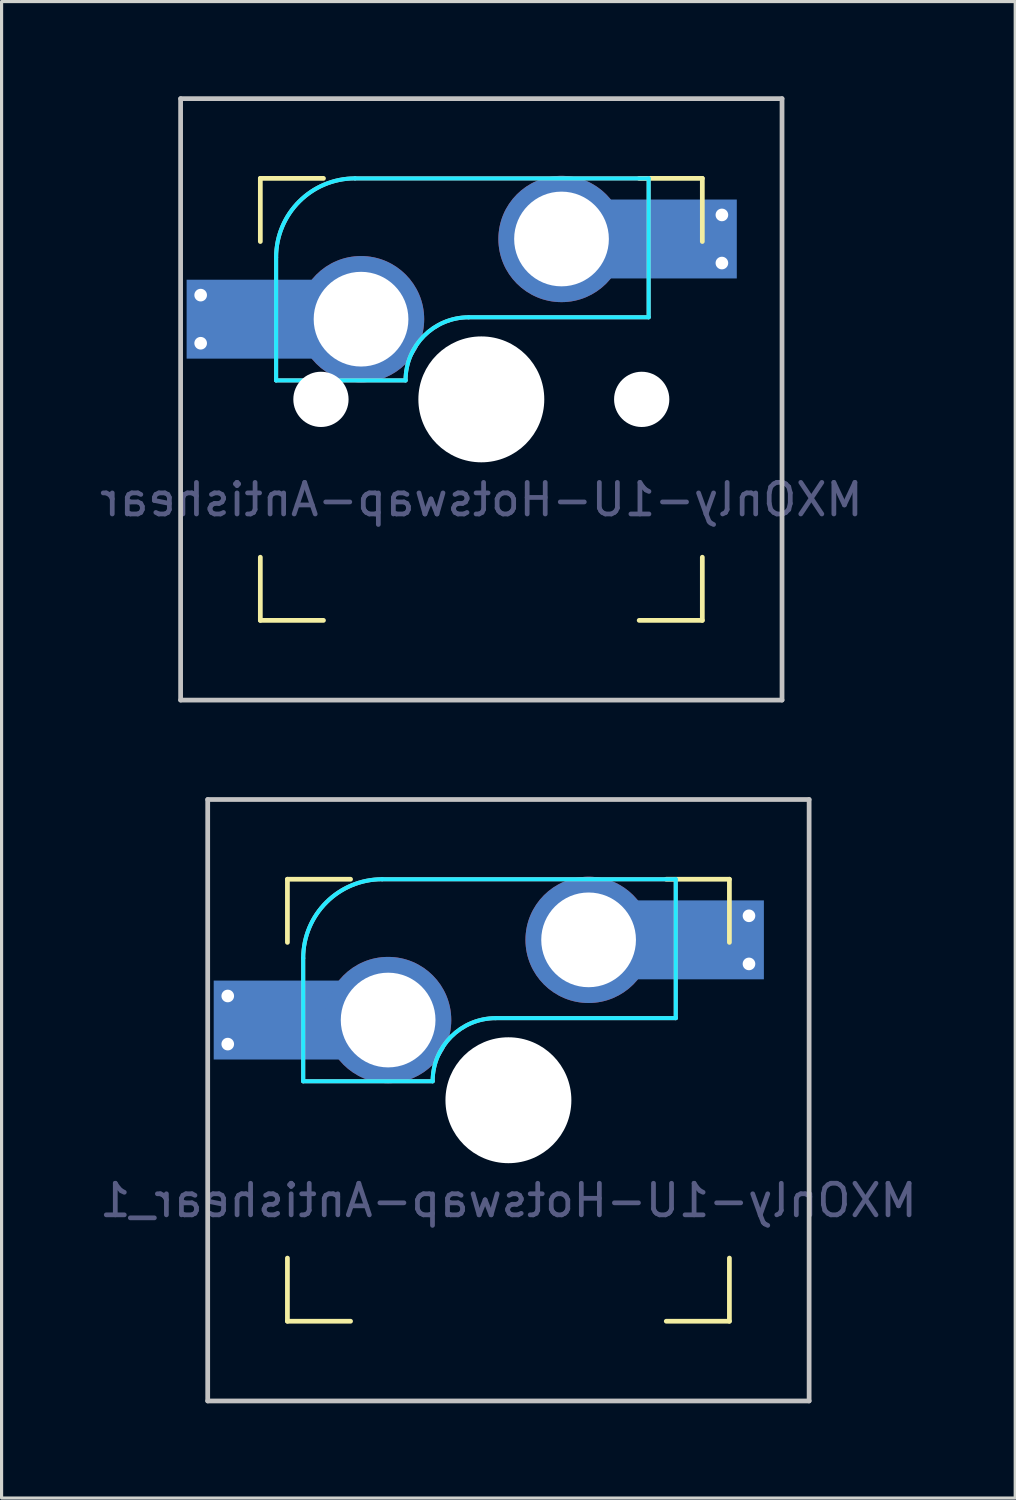
<source format=kicad_pcb>
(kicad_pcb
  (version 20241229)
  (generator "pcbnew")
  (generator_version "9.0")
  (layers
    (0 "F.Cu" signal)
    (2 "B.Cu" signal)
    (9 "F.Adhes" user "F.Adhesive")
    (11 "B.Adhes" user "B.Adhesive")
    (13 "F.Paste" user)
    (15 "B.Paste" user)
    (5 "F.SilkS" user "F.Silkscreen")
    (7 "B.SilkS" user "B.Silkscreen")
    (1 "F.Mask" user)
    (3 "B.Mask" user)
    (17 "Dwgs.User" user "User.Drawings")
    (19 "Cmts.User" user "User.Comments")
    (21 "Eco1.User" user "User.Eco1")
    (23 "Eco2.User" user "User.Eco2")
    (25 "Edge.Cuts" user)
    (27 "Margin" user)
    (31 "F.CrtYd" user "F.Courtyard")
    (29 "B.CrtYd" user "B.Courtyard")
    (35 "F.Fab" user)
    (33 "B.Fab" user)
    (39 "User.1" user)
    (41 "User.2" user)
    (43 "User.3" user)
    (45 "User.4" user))
  (footprint "MXOnly-1U-Hotswap-Antishear_1"
    (layer "F.Cu")
    (at 13.054 31.8)
    (property "Reference" "MXOnly-1U-Hotswap-Antishear_1" (at 0 3.175 0) (layer "B.Fab") (effects (font (size 1 1) (thickness 0.15)) (justify mirror)))
    (attr through_hole)
    (fp_line (start -7 -7) (end -7 -5) (stroke (width 0.15) (type solid)) (layer "F.SilkS"))
    (fp_line (start -7 5) (end -7 7) (stroke (width 0.15) (type solid)) (layer "F.SilkS"))
    (fp_line (start -7 7) (end -5 7) (stroke (width 0.15) (type solid)) (layer "F.SilkS"))
    (fp_line (start -5 -7) (end -7 -7) (stroke (width 0.15) (type solid)) (layer "F.SilkS"))
    (fp_line (start 5 -7) (end 7 -7) (stroke (width 0.15) (type solid)) (layer "F.SilkS"))
    (fp_line (start 5 7) (end 7 7) (stroke (width 0.15) (type solid)) (layer "F.SilkS"))
    (fp_line (start 7 -7) (end 7 -5) (stroke (width 0.15) (type solid)) (layer "F.SilkS"))
    (fp_line (start 7 7) (end 7 5) (stroke (width 0.15) (type solid)) (layer "F.SilkS"))
    (fp_line (start -6.5 -4.5) (end -6.5 -0.6) (stroke (width 0.127) (type solid)) (layer "B.SilkS"))
    (fp_line (start -6.5 -0.6) (end -2.4 -0.6) (stroke (width 0.127) (type solid)) (layer "B.SilkS"))
    (fp_line (start -0.4 -2.6) (end 5.3 -2.6) (stroke (width 0.127) (type solid)) (layer "B.SilkS"))
    (fp_line (start 5.3 -7) (end -4 -7) (stroke (width 0.127) (type solid)) (layer "B.SilkS"))
    (fp_line (start 5.3 -7) (end 5.3 -2.6) (stroke (width 0.127) (type solid)) (layer "B.SilkS"))
    (fp_arc (start -6.5 -4.5) (mid -5.767767 -6.267766) (end -4 -7) (stroke (width 0.127) (type solid)) (layer "B.SilkS"))
    (fp_arc (start -2.4 -0.6) (mid -1.814214 -2.014214) (end -0.4 -2.6) (stroke (width 0.127) (type solid)) (layer "B.SilkS"))
    (fp_line (start -9.525 -9.525) (end 9.525 -9.525) (stroke (width 0.15) (type solid)) (layer "Dwgs.User"))
    (fp_line (start -9.525 9.525) (end -9.525 -9.525) (stroke (width 0.15) (type solid)) (layer "Dwgs.User"))
    (fp_line (start 9.525 -9.525) (end 9.525 9.525) (stroke (width 0.15) (type solid)) (layer "Dwgs.User"))
    (fp_line (start 9.525 9.525) (end -9.525 9.525) (stroke (width 0.15) (type solid)) (layer "Dwgs.User"))
    (fp_line (start -6.5 -4.5) (end -6.5 -0.6) (stroke (width 0.127) (type solid)) (layer "B.CrtYd"))
    (fp_line (start -6.5 -0.6) (end -2.4 -0.6) (stroke (width 0.127) (type solid)) (layer "B.CrtYd"))
    (fp_line (start -0.4 -2.6) (end 5.3 -2.6) (stroke (width 0.127) (type solid)) (layer "B.CrtYd"))
    (fp_line (start 5.3 -7) (end -4 -7) (stroke (width 0.127) (type solid)) (layer "B.CrtYd"))
    (fp_line (start 5.3 -7) (end 5.3 -2.6) (stroke (width 0.127) (type solid)) (layer "B.CrtYd"))
    (fp_arc (start -6.5 -4.5) (mid -5.767767 -6.267767) (end -4 -7) (stroke (width 0.127) (type solid)) (layer "B.CrtYd"))
    (fp_arc (start -2.4 -0.6) (mid -1.814214 -2.014214) (end -0.4 -2.6) (stroke (width 0.127) (type solid)) (layer "B.CrtYd"))
    (pad "" np_thru_hole circle (at 0 0) (size 3.988 3.988) (drill 3.988) (layers "*.Cu" "*.Mask"))
    (pad "1" thru_hole circle (at -8.89 -3.302) (size 0.8 0.8) (drill 0.4) (layers "*.Cu" "*.Mask"))
    (pad "1" thru_hole circle (at -8.89 -1.778) (size 0.8 0.8) (drill 0.4) (layers "*.Cu" "*.Mask"))
    (pad "1" smd rect (at -7.085 -2.54) (size 4.5 2.5) (layers "B.Cu" "B.Mask" "B.Paste"))
    (pad "1" thru_hole circle (at -3.81 -2.54) (size 4 4) (drill 3) (layers "*.Cu" "*.Mask"))
    (pad "2" thru_hole circle (at 2.54 -5.08) (size 4 4) (drill 3) (layers "*.Cu" "*.Mask"))
    (pad "2" smd rect (at 5.842 -5.08) (size 4.5 2.5) (layers "B.Cu" "B.Mask" "B.Paste"))
    (pad "2" thru_hole circle (at 7.62 -5.842) (size 0.8 0.8) (drill 0.4) (layers "*.Cu" "*.Mask"))
    (pad "2" thru_hole circle (at 7.62 -4.318) (size 0.8 0.8) (drill 0.4) (layers "*.Cu" "*.Mask")))
  (footprint "MXOnly-1U-Hotswap-Antishear"
    (layer "F.Cu")
    (at 12.196 9.6)
    (property "Reference" "MXOnly-1U-Hotswap-Antishear" (at 0 3.175 0) (layer "B.Fab") (effects (font (size 1 1) (thickness 0.15)) (justify mirror)))
    (attr through_hole)
    (fp_line (start -7 -7) (end -7 -5) (stroke (width 0.15) (type solid)) (layer "F.SilkS"))
    (fp_line (start -7 5) (end -7 7) (stroke (width 0.15) (type solid)) (layer "F.SilkS"))
    (fp_line (start -7 7) (end -5 7) (stroke (width 0.15) (type solid)) (layer "F.SilkS"))
    (fp_line (start -5 -7) (end -7 -7) (stroke (width 0.15) (type solid)) (layer "F.SilkS"))
    (fp_line (start 5 -7) (end 7 -7) (stroke (width 0.15) (type solid)) (layer "F.SilkS"))
    (fp_line (start 5 7) (end 7 7) (stroke (width 0.15) (type solid)) (layer "F.SilkS"))
    (fp_line (start 7 -7) (end 7 -5) (stroke (width 0.15) (type solid)) (layer "F.SilkS"))
    (fp_line (start 7 7) (end 7 5) (stroke (width 0.15) (type solid)) (layer "F.SilkS"))
    (fp_line (start -6.5 -4.5) (end -6.5 -0.6) (stroke (width 0.127) (type solid)) (layer "B.SilkS"))
    (fp_line (start -6.5 -0.6) (end -2.4 -0.6) (stroke (width 0.127) (type solid)) (layer "B.SilkS"))
    (fp_line (start -0.4 -2.6) (end 5.3 -2.6) (stroke (width 0.127) (type solid)) (layer "B.SilkS"))
    (fp_line (start 5.3 -7) (end -4 -7) (stroke (width 0.127) (type solid)) (layer "B.SilkS"))
    (fp_line (start 5.3 -7) (end 5.3 -2.6) (stroke (width 0.127) (type solid)) (layer "B.SilkS"))
    (fp_arc (start -6.5 -4.5) (mid -5.767767 -6.267766) (end -4 -7) (stroke (width 0.127) (type solid)) (layer "B.SilkS"))
    (fp_arc (start -2.4 -0.6) (mid -1.814214 -2.014214) (end -0.4 -2.6) (stroke (width 0.127) (type solid)) (layer "B.SilkS"))
    (fp_line (start -9.525 -9.525) (end 9.525 -9.525) (stroke (width 0.15) (type solid)) (layer "Dwgs.User"))
    (fp_line (start -9.525 9.525) (end -9.525 -9.525) (stroke (width 0.15) (type solid)) (layer "Dwgs.User"))
    (fp_line (start 9.525 -9.525) (end 9.525 9.525) (stroke (width 0.15) (type solid)) (layer "Dwgs.User"))
    (fp_line (start 9.525 9.525) (end -9.525 9.525) (stroke (width 0.15) (type solid)) (layer "Dwgs.User"))
    (fp_line (start -6.5 -4.5) (end -6.5 -0.6) (stroke (width 0.127) (type solid)) (layer "B.CrtYd"))
    (fp_line (start -6.5 -0.6) (end -2.4 -0.6) (stroke (width 0.127) (type solid)) (layer "B.CrtYd"))
    (fp_line (start -0.4 -2.6) (end 5.3 -2.6) (stroke (width 0.127) (type solid)) (layer "B.CrtYd"))
    (fp_line (start 5.3 -7) (end -4 -7) (stroke (width 0.127) (type solid)) (layer "B.CrtYd"))
    (fp_line (start 5.3 -7) (end 5.3 -2.6) (stroke (width 0.127) (type solid)) (layer "B.CrtYd"))
    (fp_arc (start -6.5 -4.5) (mid -5.767767 -6.267767) (end -4 -7) (stroke (width 0.127) (type solid)) (layer "B.CrtYd"))
    (fp_arc (start -2.4 -0.6) (mid -1.814214 -2.014214) (end -0.4 -2.6) (stroke (width 0.127) (type solid)) (layer "B.CrtYd"))
    (pad "" smd rect (at -7.085 -2.54) (size 2.55 2.5) (layers "B.Mask" "B.Paste"))
    (pad "" np_thru_hole circle (at -5.08 0 48.099) (size 1.75 1.75) (drill 1.75) (layers "*.Cu" "*.Mask"))
    (pad "" np_thru_hole circle (at 0 0) (size 3.988 3.988) (drill 3.988) (layers "*.Cu" "*.Mask"))
    (pad "" np_thru_hole circle (at 5.08 0 48.099) (size 1.75 1.75) (drill 1.75) (layers "*.Cu" "*.Mask"))
    (pad "" smd rect (at 5.815 -5.08) (size 2.55 2.5) (layers "B.Mask" "B.Paste"))
    (pad "1" thru_hole circle (at -8.89 -3.302) (size 0.8 0.8) (drill 0.4) (layers "*.Cu" "*.Mask"))
    (pad "1" thru_hole circle (at -8.89 -1.778) (size 0.8 0.8) (drill 0.4) (layers "*.Cu" "*.Mask"))
    (pad "1" smd rect (at -7.085 -2.54) (size 4.5 2.5) (layers "B.Cu" "B.Mask" "B.Paste"))
    (pad "1" thru_hole circle (at -3.81 -2.54) (size 4 4) (drill 3) (layers "*.Cu" "*.Mask"))
    (pad "2" thru_hole circle (at 2.54 -5.08) (size 4 4) (drill 3) (layers "*.Cu" "*.Mask"))
    (pad "2" smd rect (at 5.842 -5.08) (size 4.5 2.5) (layers "B.Cu" "B.Mask" "B.Paste"))
    (pad "2" thru_hole circle (at 7.62 -5.842) (size 0.8 0.8) (drill 0.4) (layers "*.Cu" "*.Mask"))
    (pad "2" thru_hole circle (at 7.62 -4.318) (size 0.8 0.8) (drill 0.4) (layers "*.Cu" "*.Mask")))
  (gr_rect
    (start -3 -3)
    (end 29.107 44.4)
    (stroke (width 0.1) (type default))
    (fill no)
    (layer "Edge.Cuts")))
</source>
